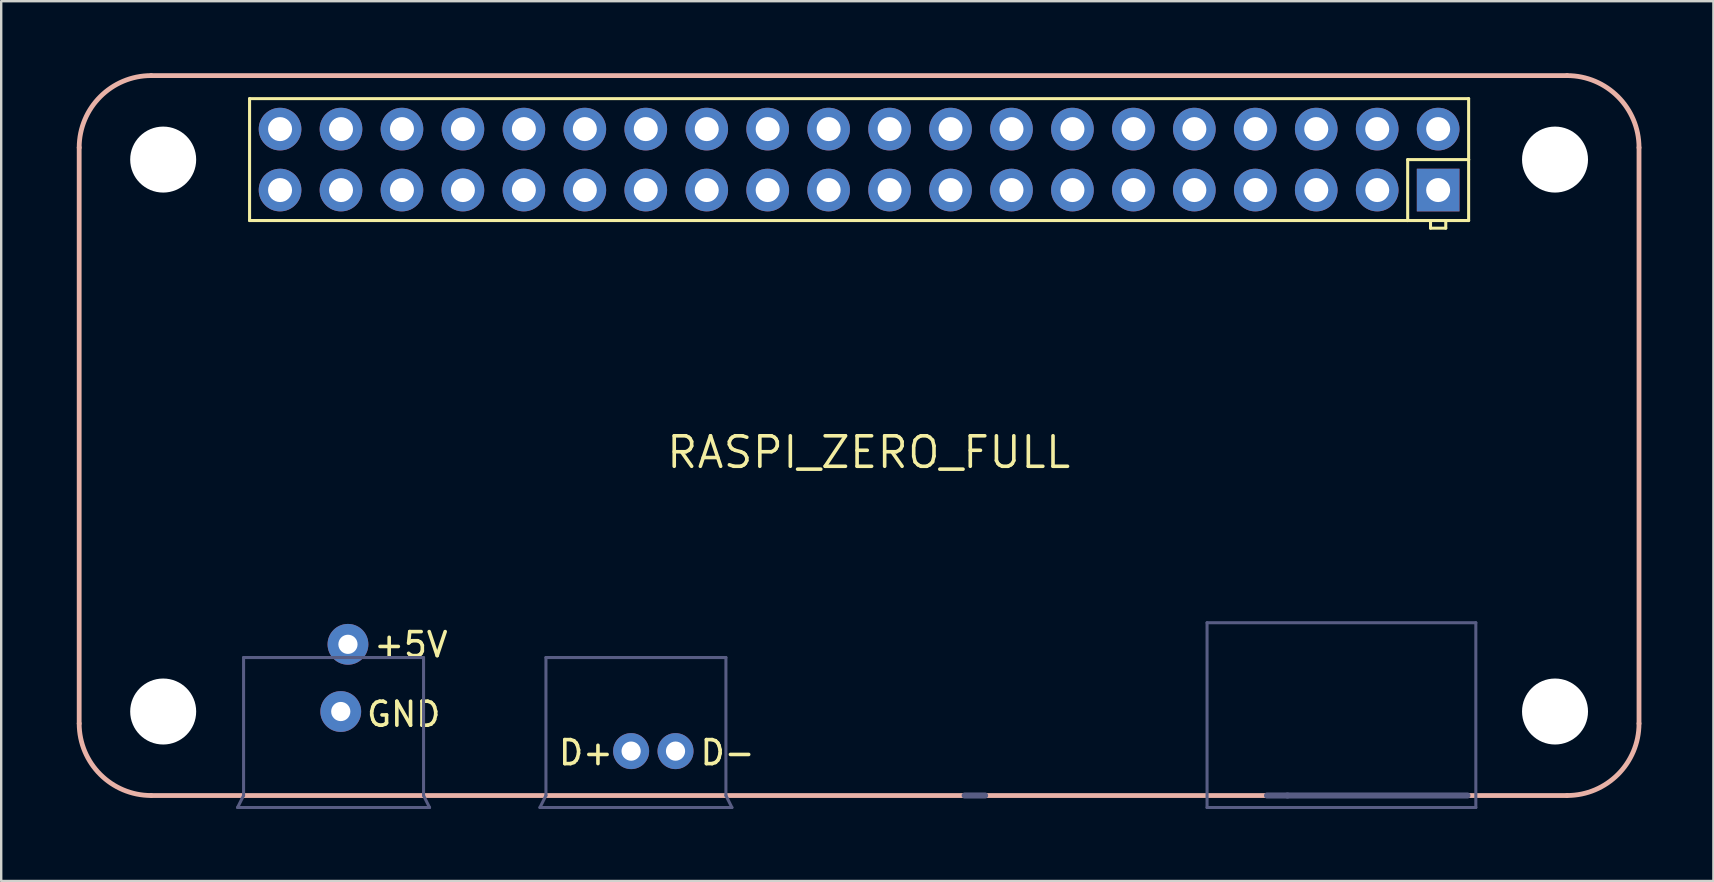
<source format=kicad_pcb>
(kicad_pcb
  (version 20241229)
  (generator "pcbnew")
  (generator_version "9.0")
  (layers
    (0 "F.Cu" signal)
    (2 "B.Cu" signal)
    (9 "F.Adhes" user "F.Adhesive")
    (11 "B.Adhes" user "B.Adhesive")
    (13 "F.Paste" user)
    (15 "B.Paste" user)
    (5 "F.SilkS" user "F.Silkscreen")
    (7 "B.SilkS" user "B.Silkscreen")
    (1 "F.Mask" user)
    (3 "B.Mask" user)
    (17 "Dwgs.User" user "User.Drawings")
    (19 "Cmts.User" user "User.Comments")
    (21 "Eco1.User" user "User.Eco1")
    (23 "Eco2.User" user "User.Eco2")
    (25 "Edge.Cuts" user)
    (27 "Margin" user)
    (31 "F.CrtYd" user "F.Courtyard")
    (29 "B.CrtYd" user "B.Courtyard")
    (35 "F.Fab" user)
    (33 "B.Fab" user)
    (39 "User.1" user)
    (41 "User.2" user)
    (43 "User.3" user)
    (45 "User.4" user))
  (footprint "RASPI_ZERO_FULL"
    (layer "F.Cu")
    (at 0.25 30.1)
    (property "Reference" "RASPI_ZERO_FULL" (at 32.9 -14.3 0) (unlocked yes) (layer "F.SilkS") (effects (font (size 1.27 1.27) (thickness 0.15))))
    (fp_poly (pts (xy 6.6 -26.5) (xy 6.581 -26.847) (xy 6.522 -27.19) (xy 6.426 -27.524) (xy 6.293 -27.845) (xy 6.125 -28.149) (xy 5.924 -28.433) (xy 5.692 -28.692) (xy 5.433 -28.924) (xy 5.149 -29.125) (xy 4.845 -29.293) (xy 4.524 -29.426) (xy 4.19 -29.522) (xy 3.847 -29.581) (xy 3.5 -29.6) (xy 3.153 -29.581) (xy 2.81 -29.522) (xy 2.476 -29.426) (xy 2.155 -29.293) (xy 1.851 -29.125) (xy 1.567 -28.924) (xy 1.308 -28.692) (xy 1.076 -28.433) (xy 0.875 -28.149) (xy 0.707 -27.845) (xy 0.574 -27.524) (xy 0.478 -27.19) (xy 0.419 -26.847) (xy 0.4 -26.5) (xy 0.419 -26.153) (xy 0.478 -25.81) (xy 0.574 -25.476) (xy 0.707 -25.155) (xy 0.875 -24.851) (xy 1.076 -24.567) (xy 1.308 -24.308) (xy 1.567 -24.076) (xy 1.851 -23.875) (xy 2.155 -23.707) (xy 2.476 -23.574) (xy 2.81 -23.478) (xy 3.153 -23.419) (xy 3.5 -23.4) (xy 3.847 -23.419) (xy 4.19 -23.478) (xy 4.524 -23.574) (xy 4.845 -23.707) (xy 5.149 -23.875) (xy 5.433 -24.076) (xy 5.692 -24.308) (xy 5.924 -24.567) (xy 6.125 -24.851) (xy 6.293 -25.155) (xy 6.426 -25.476) (xy 6.522 -25.81) (xy 6.581 -26.153)) (stroke (width 0) (type solid)) (fill yes) (layer "F.Mask"))
    (fp_poly (pts (xy 6.6 -3.5) (xy 6.581 -3.847) (xy 6.522 -4.19) (xy 6.426 -4.524) (xy 6.293 -4.845) (xy 6.125 -5.149) (xy 5.924 -5.433) (xy 5.692 -5.692) (xy 5.433 -5.924) (xy 5.149 -6.125) (xy 4.845 -6.293) (xy 4.524 -6.426) (xy 4.19 -6.522) (xy 3.847 -6.581) (xy 3.5 -6.6) (xy 3.153 -6.581) (xy 2.81 -6.522) (xy 2.476 -6.426) (xy 2.155 -6.293) (xy 1.851 -6.125) (xy 1.567 -5.924) (xy 1.308 -5.692) (xy 1.076 -5.433) (xy 0.875 -5.149) (xy 0.707 -4.845) (xy 0.574 -4.524) (xy 0.478 -4.19) (xy 0.419 -3.847) (xy 0.4 -3.5) (xy 0.419 -3.153) (xy 0.478 -2.81) (xy 0.574 -2.476) (xy 0.707 -2.155) (xy 0.875 -1.851) (xy 1.076 -1.567) (xy 1.308 -1.308) (xy 1.567 -1.076) (xy 1.851 -0.875) (xy 2.155 -0.707) (xy 2.476 -0.574) (xy 2.81 -0.478) (xy 3.153 -0.419) (xy 3.5 -0.4) (xy 3.847 -0.419) (xy 4.19 -0.478) (xy 4.524 -0.574) (xy 4.845 -0.707) (xy 5.149 -0.875) (xy 5.433 -1.076) (xy 5.692 -1.308) (xy 5.924 -1.567) (xy 6.125 -1.851) (xy 6.293 -2.155) (xy 6.426 -2.476) (xy 6.522 -2.81) (xy 6.581 -3.153)) (stroke (width 0) (type solid)) (fill yes) (layer "F.Mask"))
    (fp_poly (pts (xy 64.6 -26.5) (xy 64.581 -26.847) (xy 64.522 -27.19) (xy 64.426 -27.524) (xy 64.293 -27.845) (xy 64.125 -28.149) (xy 63.924 -28.433) (xy 63.692 -28.692) (xy 63.433 -28.924) (xy 63.149 -29.125) (xy 62.845 -29.293) (xy 62.524 -29.426) (xy 62.19 -29.522) (xy 61.847 -29.581) (xy 61.5 -29.6) (xy 61.153 -29.581) (xy 60.81 -29.522) (xy 60.476 -29.426) (xy 60.155 -29.293) (xy 59.851 -29.125) (xy 59.567 -28.924) (xy 59.308 -28.692) (xy 59.076 -28.433) (xy 58.875 -28.149) (xy 58.707 -27.845) (xy 58.574 -27.524) (xy 58.478 -27.19) (xy 58.419 -26.847) (xy 58.4 -26.5) (xy 58.419 -26.153) (xy 58.478 -25.81) (xy 58.574 -25.476) (xy 58.707 -25.155) (xy 58.875 -24.851) (xy 59.076 -24.567) (xy 59.308 -24.308) (xy 59.567 -24.076) (xy 59.851 -23.875) (xy 60.155 -23.707) (xy 60.476 -23.574) (xy 60.81 -23.478) (xy 61.153 -23.419) (xy 61.5 -23.4) (xy 61.847 -23.419) (xy 62.19 -23.478) (xy 62.524 -23.574) (xy 62.845 -23.707) (xy 63.149 -23.875) (xy 63.433 -24.076) (xy 63.692 -24.308) (xy 63.924 -24.567) (xy 64.125 -24.851) (xy 64.293 -25.155) (xy 64.426 -25.476) (xy 64.522 -25.81) (xy 64.581 -26.153)) (stroke (width 0) (type solid)) (fill yes) (layer "F.Mask"))
    (fp_poly (pts (xy 64.6 -3.5) (xy 64.581 -3.847) (xy 64.522 -4.19) (xy 64.426 -4.524) (xy 64.293 -4.845) (xy 64.125 -5.149) (xy 63.924 -5.433) (xy 63.692 -5.692) (xy 63.433 -5.924) (xy 63.149 -6.125) (xy 62.845 -6.293) (xy 62.524 -6.426) (xy 62.19 -6.522) (xy 61.847 -6.581) (xy 61.5 -6.6) (xy 61.153 -6.581) (xy 60.81 -6.522) (xy 60.476 -6.426) (xy 60.155 -6.293) (xy 59.851 -6.125) (xy 59.567 -5.924) (xy 59.308 -5.692) (xy 59.076 -5.433) (xy 58.875 -5.149) (xy 58.707 -4.845) (xy 58.574 -4.524) (xy 58.478 -4.19) (xy 58.419 -3.847) (xy 58.4 -3.5) (xy 58.419 -3.153) (xy 58.478 -2.81) (xy 58.574 -2.476) (xy 58.707 -2.155) (xy 58.875 -1.851) (xy 59.076 -1.567) (xy 59.308 -1.308) (xy 59.567 -1.076) (xy 59.851 -0.875) (xy 60.155 -0.707) (xy 60.476 -0.574) (xy 60.81 -0.478) (xy 61.153 -0.419) (xy 61.5 -0.4) (xy 61.847 -0.419) (xy 62.19 -0.478) (xy 62.524 -0.574) (xy 62.845 -0.707) (xy 63.149 -0.875) (xy 63.433 -1.076) (xy 63.692 -1.308) (xy 63.924 -1.567) (xy 64.125 -1.851) (xy 64.293 -2.155) (xy 64.426 -2.476) (xy 64.522 -2.81) (xy 64.581 -3.153)) (stroke (width 0) (type solid)) (fill yes) (layer "F.Mask"))
    (fp_poly (pts (xy 6.59 -26.5) (xy 6.57 -26.847) (xy 6.512 -27.19) (xy 6.416 -27.524) (xy 6.283 -27.845) (xy 6.115 -28.149) (xy 5.913 -28.433) (xy 5.682 -28.692) (xy 5.423 -28.924) (xy 5.139 -29.125) (xy 4.835 -29.293) (xy 4.514 -29.426) (xy 4.18 -29.522) (xy 3.837 -29.581) (xy 3.49 -29.6) (xy 3.143 -29.581) (xy 2.8 -29.522) (xy 2.466 -29.426) (xy 2.145 -29.293) (xy 1.841 -29.125) (xy 1.557 -28.924) (xy 1.298 -28.692) (xy 1.066 -28.433) (xy 0.865 -28.149) (xy 0.697 -27.845) (xy 0.564 -27.524) (xy 0.468 -27.19) (xy 0.409 -26.847) (xy 0.39 -26.5) (xy 0.409 -26.153) (xy 0.468 -25.81) (xy 0.564 -25.476) (xy 0.697 -25.155) (xy 0.865 -24.851) (xy 1.066 -24.567) (xy 1.298 -24.308) (xy 1.557 -24.076) (xy 1.841 -23.875) (xy 2.145 -23.707) (xy 2.466 -23.574) (xy 2.8 -23.478) (xy 3.143 -23.419) (xy 3.49 -23.4) (xy 3.837 -23.419) (xy 4.18 -23.478) (xy 4.514 -23.574) (xy 4.835 -23.707) (xy 5.139 -23.875) (xy 5.423 -24.076) (xy 5.682 -24.308) (xy 5.913 -24.567) (xy 6.115 -24.851) (xy 6.283 -25.155) (xy 6.416 -25.476) (xy 6.512 -25.81) (xy 6.57 -26.153)) (stroke (width 0) (type solid)) (fill yes) (layer "B.Mask"))
    (fp_poly (pts (xy 6.6 -3.5) (xy 6.581 -3.847) (xy 6.522 -4.19) (xy 6.426 -4.524) (xy 6.293 -4.845) (xy 6.125 -5.149) (xy 5.924 -5.433) (xy 5.692 -5.692) (xy 5.433 -5.924) (xy 5.149 -6.125) (xy 4.845 -6.293) (xy 4.524 -6.426) (xy 4.19 -6.522) (xy 3.847 -6.581) (xy 3.5 -6.6) (xy 3.153 -6.581) (xy 2.81 -6.522) (xy 2.476 -6.426) (xy 2.155 -6.293) (xy 1.851 -6.125) (xy 1.567 -5.924) (xy 1.308 -5.692) (xy 1.076 -5.433) (xy 0.875 -5.149) (xy 0.707 -4.845) (xy 0.574 -4.524) (xy 0.478 -4.19) (xy 0.419 -3.847) (xy 0.4 -3.5) (xy 0.419 -3.153) (xy 0.478 -2.81) (xy 0.574 -2.476) (xy 0.707 -2.155) (xy 0.875 -1.851) (xy 1.076 -1.567) (xy 1.308 -1.308) (xy 1.567 -1.076) (xy 1.851 -0.875) (xy 2.155 -0.707) (xy 2.476 -0.574) (xy 2.81 -0.478) (xy 3.153 -0.419) (xy 3.5 -0.4) (xy 3.847 -0.419) (xy 4.19 -0.478) (xy 4.524 -0.574) (xy 4.845 -0.707) (xy 5.149 -0.875) (xy 5.433 -1.076) (xy 5.692 -1.308) (xy 5.924 -1.567) (xy 6.125 -1.851) (xy 6.293 -2.155) (xy 6.426 -2.476) (xy 6.522 -2.81) (xy 6.581 -3.153)) (stroke (width 0) (type solid)) (fill yes) (layer "B.Mask"))
    (fp_poly (pts (xy 64.6 -26.5) (xy 64.581 -26.847) (xy 64.522 -27.19) (xy 64.426 -27.524) (xy 64.293 -27.845) (xy 64.125 -28.149) (xy 63.924 -28.433) (xy 63.692 -28.692) (xy 63.433 -28.924) (xy 63.149 -29.125) (xy 62.845 -29.293) (xy 62.524 -29.426) (xy 62.19 -29.522) (xy 61.847 -29.581) (xy 61.5 -29.6) (xy 61.153 -29.581) (xy 60.81 -29.522) (xy 60.476 -29.426) (xy 60.155 -29.293) (xy 59.851 -29.125) (xy 59.567 -28.924) (xy 59.308 -28.692) (xy 59.076 -28.433) (xy 58.875 -28.149) (xy 58.707 -27.845) (xy 58.574 -27.524) (xy 58.478 -27.19) (xy 58.419 -26.847) (xy 58.4 -26.5) (xy 58.419 -26.153) (xy 58.478 -25.81) (xy 58.574 -25.476) (xy 58.707 -25.155) (xy 58.875 -24.851) (xy 59.076 -24.567) (xy 59.308 -24.308) (xy 59.567 -24.076) (xy 59.851 -23.875) (xy 60.155 -23.707) (xy 60.476 -23.574) (xy 60.81 -23.478) (xy 61.153 -23.419) (xy 61.5 -23.4) (xy 61.847 -23.419) (xy 62.19 -23.478) (xy 62.524 -23.574) (xy 62.845 -23.707) (xy 63.149 -23.875) (xy 63.433 -24.076) (xy 63.692 -24.308) (xy 63.924 -24.567) (xy 64.125 -24.851) (xy 64.293 -25.155) (xy 64.426 -25.476) (xy 64.522 -25.81) (xy 64.581 -26.153)) (stroke (width 0) (type solid)) (fill yes) (layer "B.Mask"))
    (fp_poly (pts (xy 64.6 -3.5) (xy 64.581 -3.847) (xy 64.522 -4.19) (xy 64.426 -4.524) (xy 64.293 -4.845) (xy 64.125 -5.149) (xy 63.924 -5.433) (xy 63.692 -5.692) (xy 63.433 -5.924) (xy 63.149 -6.125) (xy 62.845 -6.293) (xy 62.524 -6.426) (xy 62.19 -6.522) (xy 61.847 -6.581) (xy 61.5 -6.6) (xy 61.153 -6.581) (xy 60.81 -6.522) (xy 60.476 -6.426) (xy 60.155 -6.293) (xy 59.851 -6.125) (xy 59.567 -5.924) (xy 59.308 -5.692) (xy 59.076 -5.433) (xy 58.875 -5.149) (xy 58.707 -4.845) (xy 58.574 -4.524) (xy 58.478 -4.19) (xy 58.419 -3.847) (xy 58.4 -3.5) (xy 58.419 -3.153) (xy 58.478 -2.81) (xy 58.574 -2.476) (xy 58.707 -2.155) (xy 58.875 -1.851) (xy 59.076 -1.567) (xy 59.308 -1.308) (xy 59.567 -1.076) (xy 59.851 -0.875) (xy 60.155 -0.707) (xy 60.476 -0.574) (xy 60.81 -0.478) (xy 61.153 -0.419) (xy 61.5 -0.4) (xy 61.847 -0.419) (xy 62.19 -0.478) (xy 62.524 -0.574) (xy 62.845 -0.707) (xy 63.149 -0.875) (xy 63.433 -1.076) (xy 63.692 -1.308) (xy 63.924 -1.567) (xy 64.125 -1.851) (xy 64.293 -2.155) (xy 64.426 -2.476) (xy 64.522 -2.81) (xy 64.581 -3.153)) (stroke (width 0) (type solid)) (fill yes) (layer "B.Mask"))
    (fp_line (start 7.1 -29.04) (end 57.9 -29.04) (stroke (width 0.127) (type solid)) (layer "F.SilkS"))
    (fp_line (start 7.1 -23.96) (end 7.1 -29.04) (stroke (width 0.127) (type solid)) (layer "F.SilkS"))
    (fp_line (start 55.36 -26.5) (end 55.36 -23.96) (stroke (width 0.127) (type solid)) (layer "F.SilkS"))
    (fp_line (start 55.36 -23.96) (end 7.1 -23.96) (stroke (width 0.127) (type solid)) (layer "F.SilkS"))
    (fp_line (start 56.312 -23.96) (end 55.36 -23.96) (stroke (width 0.127) (type solid)) (layer "F.SilkS"))
    (fp_line (start 56.312 -23.642) (end 56.312 -23.96) (stroke (width 0.127) (type solid)) (layer "F.SilkS"))
    (fp_line (start 56.947 -23.96) (end 56.312 -23.96) (stroke (width 0.127) (type solid)) (layer "F.SilkS"))
    (fp_line (start 56.947 -23.96) (end 56.947 -23.642) (stroke (width 0.127) (type solid)) (layer "F.SilkS"))
    (fp_line (start 56.947 -23.642) (end 56.312 -23.642) (stroke (width 0.127) (type solid)) (layer "F.SilkS"))
    (fp_line (start 57.9 -29.04) (end 57.9 -26.5) (stroke (width 0.127) (type solid)) (layer "F.SilkS"))
    (fp_line (start 57.9 -26.5) (end 55.36 -26.5) (stroke (width 0.127) (type solid)) (layer "F.SilkS"))
    (fp_line (start 57.9 -26.5) (end 57.9 -23.96) (stroke (width 0.127) (type solid)) (layer "F.SilkS"))
    (fp_line (start 57.9 -23.96) (end 56.947 -23.96) (stroke (width 0.127) (type solid)) (layer "F.SilkS"))
    (fp_line (start 0 -27) (end 0 -3) (stroke (width 0.2) (type solid)) (layer "B.SilkS"))
    (fp_line (start 3 0) (end 6.85 0) (stroke (width 0.2) (type solid)) (layer "B.SilkS"))
    (fp_line (start 6.85 0) (end 14.35 0) (stroke (width 0.2) (type solid)) (layer "B.SilkS"))
    (fp_line (start 14.35 0) (end 62 0) (stroke (width 0.2) (type solid)) (layer "B.SilkS"))
    (fp_line (start 62 -30) (end 3 -30) (stroke (width 0.2) (type solid)) (layer "B.SilkS"))
    (fp_line (start 65 -3) (end 65 -27) (stroke (width 0.2) (type solid)) (layer "B.SilkS"))
    (fp_arc (start 0 -27) (mid 0.87868 -29.12132) (end 3 -30) (stroke (width 0.2) (type solid)) (layer "B.SilkS"))
    (fp_arc (start 3 0) (mid 0.87868 -0.87868) (end 0 -3) (stroke (width 0.2) (type solid)) (layer "B.SilkS"))
    (fp_arc (start 62 -30) (mid 64.12132 -29.12132) (end 65 -27) (stroke (width 0.2) (type solid)) (layer "B.SilkS"))
    (fp_arc (start 65 -3) (mid 64.12132 -0.87868) (end 62 0) (stroke (width 0.2) (type solid)) (layer "B.SilkS"))
    (fp_line (start 6.6 0.5) (end 14.6 0.5) (stroke (width 0.127) (type solid)) (layer "B.Fab"))
    (fp_line (start 6.85 -5.75) (end 14.35 -5.75) (stroke (width 0.127) (type solid)) (layer "B.Fab"))
    (fp_line (start 6.85 0) (end 6.6 0.5) (stroke (width 0.127) (type solid)) (layer "B.Fab"))
    (fp_line (start 6.85 0) (end 6.85 -5.75) (stroke (width 0.127) (type solid)) (layer "B.Fab"))
    (fp_line (start 14.35 -5.75) (end 14.35 0) (stroke (width 0.127) (type solid)) (layer "B.Fab"))
    (fp_line (start 14.6 0.5) (end 14.35 0) (stroke (width 0.127) (type solid)) (layer "B.Fab"))
    (fp_line (start 19.2 0.5) (end 27.2 0.5) (stroke (width 0.127) (type solid)) (layer "B.Fab"))
    (fp_line (start 19.45 -5.75) (end 26.95 -5.75) (stroke (width 0.127) (type solid)) (layer "B.Fab"))
    (fp_line (start 19.45 0) (end 19.2 0.5) (stroke (width 0.127) (type solid)) (layer "B.Fab"))
    (fp_line (start 19.45 0) (end 19.45 -5.75) (stroke (width 0.127) (type solid)) (layer "B.Fab"))
    (fp_line (start 26.95 -5.75) (end 26.95 0) (stroke (width 0.127) (type solid)) (layer "B.Fab"))
    (fp_line (start 27.2 0.5) (end 26.95 0) (stroke (width 0.127) (type solid)) (layer "B.Fab"))
    (fp_line (start 36.9 0) (end 37.75 0) (stroke (width 0.254) (type solid)) (layer "B.Fab"))
    (fp_line (start 47 -7.2) (end 58.2 -7.2) (stroke (width 0.127) (type default)) (layer "B.Fab"))
    (fp_line (start 47 0.5) (end 47 -7.2) (stroke (width 0.127) (type default)) (layer "B.Fab"))
    (fp_line (start 47 0.5) (end 58.2 0.5) (stroke (width 0.127) (type default)) (layer "B.Fab"))
    (fp_line (start 49.5 0) (end 50.35 0) (stroke (width 0.254) (type solid)) (layer "B.Fab"))
    (fp_line (start 50.35 0) (end 57.85 0) (stroke (width 0.254) (type solid)) (layer "B.Fab"))
    (fp_line (start 58.2 0.5) (end 58.2 -7.2) (stroke (width 0.127) (type default)) (layer "B.Fab"))
    (fp_text user "D+" (at 19.9 -1.2 0) (unlocked yes) (layer "F.SilkS") (effects (font (size 1 1) (thickness 0.15)) (justify left bottom)))
    (fp_text user "GND" (at 11.9 -2.8 0) (unlocked yes) (layer "F.SilkS") (effects (font (size 1 1) (thickness 0.15)) (justify left bottom)))
    (fp_text user "D-" (at 25.8 -1.2 0) (unlocked yes) (layer "F.SilkS") (effects (font (size 1 1) (thickness 0.15)) (justify left bottom)))
    (fp_text user "+5V" (at 12.2 -5.7 0) (unlocked yes) (layer "F.SilkS") (effects (font (size 1 1) (thickness 0.15)) (justify left bottom)))
    (pad "" np_thru_hole circle (at 3.5 -26.5) (size 2.75 2.75) (drill 2.75) (layers "*.Cu" "*.Mask"))
    (pad "" np_thru_hole circle (at 3.5 -3.5) (size 2.75 2.75) (drill 2.75) (layers "*.Cu" "*.Mask"))
    (pad "" np_thru_hole circle (at 61.5 -26.5) (size 2.75 2.75) (drill 2.75) (layers "*.Cu" "*.Mask"))
    (pad "" np_thru_hole circle (at 61.5 -3.5) (size 2.75 2.75) (drill 2.75) (layers "*.Cu" "*.Mask"))
    (pad "1" thru_hole rect (at 56.63 -25.23) (size 1.778 1.778) (drill 1) (layers "*.Cu" "*.Mask"))
    (pad "2" thru_hole circle (at 56.63 -27.77) (size 1.778 1.778) (drill 1) (layers "*.Cu" "*.Mask"))
    (pad "3" thru_hole circle (at 54.09 -25.23) (size 1.778 1.778) (drill 1) (layers "*.Cu" "*.Mask"))
    (pad "4" thru_hole circle (at 54.09 -27.77) (size 1.778 1.778) (drill 1) (layers "*.Cu" "*.Mask"))
    (pad "5" thru_hole circle (at 51.55 -25.23) (size 1.778 1.778) (drill 1) (layers "*.Cu" "*.Mask"))
    (pad "6" thru_hole circle (at 51.55 -27.77) (size 1.778 1.778) (drill 1) (layers "*.Cu" "*.Mask"))
    (pad "7" thru_hole circle (at 49.01 -25.23) (size 1.778 1.778) (drill 1) (layers "*.Cu" "*.Mask"))
    (pad "8" thru_hole circle (at 49.01 -27.77) (size 1.778 1.778) (drill 1) (layers "*.Cu" "*.Mask"))
    (pad "9" thru_hole circle (at 46.47 -25.23) (size 1.778 1.778) (drill 1) (layers "*.Cu" "*.Mask"))
    (pad "10" thru_hole circle (at 46.47 -27.77) (size 1.778 1.778) (drill 1) (layers "*.Cu" "*.Mask"))
    (pad "11" thru_hole circle (at 43.93 -25.23) (size 1.778 1.778) (drill 1) (layers "*.Cu" "*.Mask"))
    (pad "12" thru_hole circle (at 43.93 -27.77) (size 1.778 1.778) (drill 1) (layers "*.Cu" "*.Mask"))
    (pad "13" thru_hole circle (at 41.39 -25.23) (size 1.778 1.778) (drill 1) (layers "*.Cu" "*.Mask"))
    (pad "14" thru_hole circle (at 41.39 -27.77) (size 1.778 1.778) (drill 1) (layers "*.Cu" "*.Mask"))
    (pad "15" thru_hole circle (at 38.85 -25.23) (size 1.778 1.778) (drill 1) (layers "*.Cu" "*.Mask"))
    (pad "16" thru_hole circle (at 38.85 -27.77) (size 1.778 1.778) (drill 1) (layers "*.Cu" "*.Mask"))
    (pad "17" thru_hole circle (at 36.31 -25.23) (size 1.778 1.778) (drill 1) (layers "*.Cu" "*.Mask"))
    (pad "18" thru_hole circle (at 36.31 -27.77) (size 1.778 1.778) (drill 1) (layers "*.Cu" "*.Mask"))
    (pad "19" thru_hole circle (at 33.77 -25.23) (size 1.778 1.778) (drill 1) (layers "*.Cu" "*.Mask"))
    (pad "20" thru_hole circle (at 33.77 -27.77) (size 1.778 1.778) (drill 1) (layers "*.Cu" "*.Mask"))
    (pad "21" thru_hole circle (at 31.23 -25.23) (size 1.778 1.778) (drill 1) (layers "*.Cu" "*.Mask"))
    (pad "22" thru_hole circle (at 31.23 -27.77) (size 1.778 1.778) (drill 1) (layers "*.Cu" "*.Mask"))
    (pad "23" thru_hole circle (at 28.69 -25.23) (size 1.778 1.778) (drill 1) (layers "*.Cu" "*.Mask"))
    (pad "24" thru_hole circle (at 28.69 -27.77) (size 1.778 1.778) (drill 1) (layers "*.Cu" "*.Mask"))
    (pad "25" thru_hole circle (at 26.15 -25.23) (size 1.778 1.778) (drill 1) (layers "*.Cu" "*.Mask"))
    (pad "26" thru_hole circle (at 26.15 -27.77) (size 1.778 1.778) (drill 1) (layers "*.Cu" "*.Mask"))
    (pad "27" thru_hole circle (at 23.61 -25.23) (size 1.778 1.778) (drill 1) (layers "*.Cu" "*.Mask"))
    (pad "28" thru_hole circle (at 23.61 -27.77) (size 1.778 1.778) (drill 1) (layers "*.Cu" "*.Mask"))
    (pad "29" thru_hole circle (at 21.07 -25.23) (size 1.778 1.778) (drill 1) (layers "*.Cu" "*.Mask"))
    (pad "30" thru_hole circle (at 21.07 -27.77) (size 1.778 1.778) (drill 1) (layers "*.Cu" "*.Mask"))
    (pad "31" thru_hole circle (at 18.53 -25.23) (size 1.778 1.778) (drill 1) (layers "*.Cu" "*.Mask"))
    (pad "32" thru_hole circle (at 18.53 -27.77) (size 1.778 1.778) (drill 1) (layers "*.Cu" "*.Mask"))
    (pad "33" thru_hole circle (at 15.99 -25.23) (size 1.778 1.778) (drill 1) (layers "*.Cu" "*.Mask"))
    (pad "34" thru_hole circle (at 15.99 -27.77) (size 1.778 1.778) (drill 1) (layers "*.Cu" "*.Mask"))
    (pad "35" thru_hole circle (at 13.45 -25.23) (size 1.778 1.778) (drill 1) (layers "*.Cu" "*.Mask"))
    (pad "36" thru_hole circle (at 13.45 -27.77) (size 1.778 1.778) (drill 1) (layers "*.Cu" "*.Mask"))
    (pad "37" thru_hole circle (at 10.91 -25.23) (size 1.778 1.778) (drill 1) (layers "*.Cu" "*.Mask"))
    (pad "38" thru_hole circle (at 10.91 -27.77) (size 1.778 1.778) (drill 1) (layers "*.Cu" "*.Mask"))
    (pad "39" thru_hole circle (at 8.37 -25.23) (size 1.778 1.778) (drill 1) (layers "*.Cu" "*.Mask"))
    (pad "40" thru_hole circle (at 8.37 -27.77) (size 1.778 1.778) (drill 1) (layers "*.Cu" "*.Mask"))
    (pad "PP1" thru_hole circle (at 11.2 -6.3) (size 1.7 1.7) (drill 0.8) (layers "*.Cu" "*.Mask"))
    (pad "PP6" thru_hole circle (at 10.9 -3.5) (size 1.7 1.7) (drill 0.8) (layers "*.Cu" "*.Mask"))
    (pad "PP22" thru_hole circle (at 23 -1.85) (size 1.5 1.5) (drill 0.8) (layers "*.Cu" "*.Mask"))
    (pad "PP23" thru_hole circle (at 24.85 -1.85) (size 1.5 1.5) (drill 0.8) (layers "*.Cu" "*.Mask"))
    (zone (net_name "") (layers "F.Cu" "F.Mask" "B.Cu" "B.Mask" "B.Fab") (hatch edge 0.5) (connect_pads) (min_thickness 0.25) (filled_areas_thickness no) (keepout (tracks not_allowed) (vias not_allowed) (pads not_allowed) (copperpour not_allowed) (footprints not_allowed)) (placement (enabled no)) (fill) (polygon (pts (xy 6.85 26.6) (xy 6.831 26.253) (xy 6.772 25.91) (xy 6.676 25.576) (xy 6.543 25.255) (xy 6.375 24.951) (xy 6.174 24.667) (xy 5.942 24.408) (xy 5.683 24.176) (xy 5.399 23.975) (xy 5.095 23.807) (xy 4.774 23.674) (xy 4.44 23.578) (xy 4.097 23.519) (xy 3.75 23.5) (xy 3.403 23.519) (xy 3.06 23.578) (xy 2.726 23.674) (xy 2.405 23.807) (xy 2.101 23.975) (xy 1.817 24.176) (xy 1.558 24.408) (xy 1.326 24.667) (xy 1.125 24.951) (xy 0.957 25.255) (xy 0.824 25.576) (xy 0.728 25.91) (xy 0.669 26.253) (xy 0.65 26.6) (xy 0.669 26.947) (xy 0.728 27.29) (xy 0.824 27.624) (xy 0.957 27.945) (xy 1.125 28.249) (xy 1.326 28.533) (xy 1.558 28.792) (xy 1.817 29.024) (xy 2.101 29.225) (xy 2.405 29.393) (xy 2.726 29.526) (xy 3.06 29.622) (xy 3.403 29.681) (xy 3.75 29.7) (xy 4.097 29.681) (xy 4.44 29.622) (xy 4.774 29.526) (xy 5.095 29.393) (xy 5.399 29.225) (xy 5.683 29.024) (xy 5.942 28.792) (xy 6.174 28.533) (xy 6.375 28.249) (xy 6.543 27.945) (xy 6.676 27.624) (xy 6.772 27.29) (xy 6.831 26.947))))
    (zone (net_name "") (layers "F.Cu" "F.Mask" "B.Cu" "B.Mask" "B.Fab") (hatch edge 0.5) (connect_pads) (min_thickness 0.25) (filled_areas_thickness no) (keepout (tracks not_allowed) (vias not_allowed) (pads not_allowed) (copperpour not_allowed) (footprints not_allowed)) (placement (enabled no)) (fill) (polygon (pts (xy 64.85 3.6) (xy 64.831 3.253) (xy 64.772 2.91) (xy 64.676 2.576) (xy 64.543 2.255) (xy 64.375 1.951) (xy 64.174 1.667) (xy 63.942 1.408) (xy 63.683 1.176) (xy 63.399 0.975) (xy 63.095 0.807) (xy 62.774 0.674) (xy 62.44 0.578) (xy 62.097 0.519) (xy 61.75 0.5) (xy 61.403 0.519) (xy 61.06 0.578) (xy 60.726 0.674) (xy 60.405 0.807) (xy 60.101 0.975) (xy 59.817 1.176) (xy 59.558 1.408) (xy 59.326 1.667) (xy 59.125 1.951) (xy 58.957 2.255) (xy 58.824 2.576) (xy 58.728 2.91) (xy 58.669 3.253) (xy 58.65 3.6) (xy 58.669 3.947) (xy 58.728 4.29) (xy 58.824 4.624) (xy 58.957 4.945) (xy 59.125 5.249) (xy 59.326 5.533) (xy 59.558 5.792) (xy 59.817 6.024) (xy 60.101 6.225) (xy 60.405 6.393) (xy 60.726 6.526) (xy 61.06 6.622) (xy 61.403 6.681) (xy 61.75 6.7) (xy 62.097 6.681) (xy 62.44 6.622) (xy 62.774 6.526) (xy 63.095 6.393) (xy 63.399 6.225) (xy 63.683 6.024) (xy 63.942 5.792) (xy 64.174 5.533) (xy 64.375 5.249) (xy 64.543 4.945) (xy 64.676 4.624) (xy 64.772 4.29) (xy 64.831 3.947))))
    (zone (net_name "") (layers "F.Cu" "F.Mask" "B.Cu" "B.Mask" "B.Fab") (hatch edge 0.5) (connect_pads) (min_thickness 0.25) (filled_areas_thickness no) (keepout (tracks not_allowed) (vias not_allowed) (pads not_allowed) (copperpour not_allowed) (footprints not_allowed)) (placement (enabled no)) (fill) (polygon (pts (xy 64.85 26.6) (xy 64.831 26.253) (xy 64.772 25.91) (xy 64.676 25.576) (xy 64.543 25.255) (xy 64.375 24.951) (xy 64.174 24.667) (xy 63.942 24.408) (xy 63.683 24.176) (xy 63.399 23.975) (xy 63.095 23.807) (xy 62.774 23.674) (xy 62.44 23.578) (xy 62.097 23.519) (xy 61.75 23.5) (xy 61.403 23.519) (xy 61.06 23.578) (xy 60.726 23.674) (xy 60.405 23.807) (xy 60.101 23.975) (xy 59.817 24.176) (xy 59.558 24.408) (xy 59.326 24.667) (xy 59.125 24.951) (xy 58.957 25.255) (xy 58.824 25.576) (xy 58.728 25.91) (xy 58.669 26.253) (xy 58.65 26.6) (xy 58.669 26.947) (xy 58.728 27.29) (xy 58.824 27.624) (xy 58.957 27.945) (xy 59.125 28.249) (xy 59.326 28.533) (xy 59.558 28.792) (xy 59.817 29.024) (xy 60.101 29.225) (xy 60.405 29.393) (xy 60.726 29.526) (xy 61.06 29.622) (xy 61.403 29.681) (xy 61.75 29.7) (xy 62.097 29.681) (xy 62.44 29.622) (xy 62.774 29.526) (xy 63.095 29.393) (xy 63.399 29.225) (xy 63.683 29.024) (xy 63.942 28.792) (xy 64.174 28.533) (xy 64.375 28.249) (xy 64.543 27.945) (xy 64.676 27.624) (xy 64.772 27.29) (xy 64.831 26.947)))))
  (gr_rect
    (start -3 -3)
    (end 68.35 33.663)
    (stroke (width 0.1) (type default))
    (fill no)
    (layer "Edge.Cuts")))
</source>
